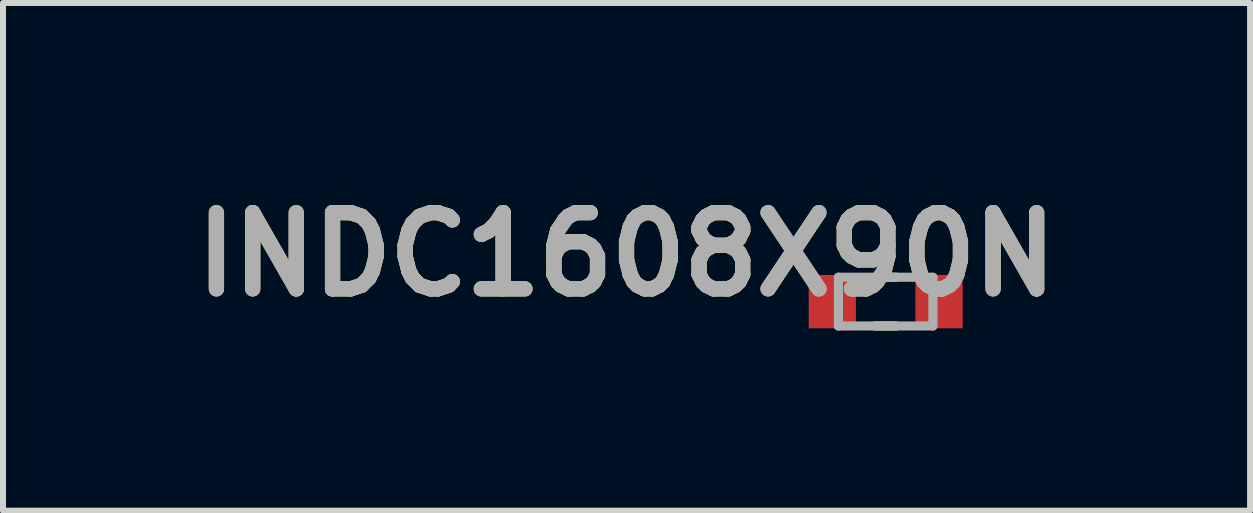
<source format=kicad_pcb>
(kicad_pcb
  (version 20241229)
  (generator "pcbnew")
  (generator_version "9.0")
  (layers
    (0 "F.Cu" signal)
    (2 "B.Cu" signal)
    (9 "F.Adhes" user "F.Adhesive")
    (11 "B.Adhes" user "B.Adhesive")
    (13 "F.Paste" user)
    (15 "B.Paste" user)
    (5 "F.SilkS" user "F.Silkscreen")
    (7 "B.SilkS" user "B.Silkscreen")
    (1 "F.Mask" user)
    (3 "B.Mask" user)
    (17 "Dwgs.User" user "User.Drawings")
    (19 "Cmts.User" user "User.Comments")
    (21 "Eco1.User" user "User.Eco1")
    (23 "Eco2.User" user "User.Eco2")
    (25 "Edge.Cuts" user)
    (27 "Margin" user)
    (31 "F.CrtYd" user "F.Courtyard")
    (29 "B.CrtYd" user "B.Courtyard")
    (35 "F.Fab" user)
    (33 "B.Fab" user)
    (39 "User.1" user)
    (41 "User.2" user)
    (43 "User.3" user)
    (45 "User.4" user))
  (footprint "INDC1608X90N"
    (layer "F.Cu")
    (at 11.708 1.976)
    (property "Reference" "INDC1608X90N" (at -4.318 -0.787 0) (layer "F.SilkS") (effects (font (size 1.27 1.27) (thickness 0.254))))
    (attr smd)
    (fp_line (start -0.178 0.406) (end 0.178 0.406) (stroke (width 0.152) (type solid)) (layer "F.SilkS"))
    (fp_line (start 0.178 -0.406) (end -0.178 -0.406) (stroke (width 0.152) (type solid)) (layer "F.SilkS"))
    (fp_line (start -0.787 -0.406) (end -0.787 0.406) (stroke (width 0.152) (type solid)) (layer "F.Fab"))
    (fp_line (start -0.787 0.406) (end 0.787 0.406) (stroke (width 0.152) (type solid)) (layer "F.Fab"))
    (fp_line (start 0.787 -0.406) (end -0.787 -0.406) (stroke (width 0.152) (type solid)) (layer "F.Fab"))
    (fp_line (start 0.787 0.406) (end 0.787 -0.406) (stroke (width 0.152) (type solid)) (layer "F.Fab"))
    (fp_text user "${REFERENCE}" (at -4.318 -0.787 0) (layer "F.Fab") (effects (font (size 1.27 1.27) (thickness 0.254))))
    (pad "1" smd rect (at -0.889 0) (size 0.787 0.889) (layers "F.Cu" "F.Mask" "F.Paste"))
    (pad "2" smd rect (at 0.889 0) (size 0.787 0.889) (layers "F.Cu" "F.Mask" "F.Paste")))
  (gr_rect
    (start -3 -3)
    (end 17.78 5.459)
    (stroke (width 0.1) (type default))
    (fill no)
    (layer "Edge.Cuts")))
</source>
